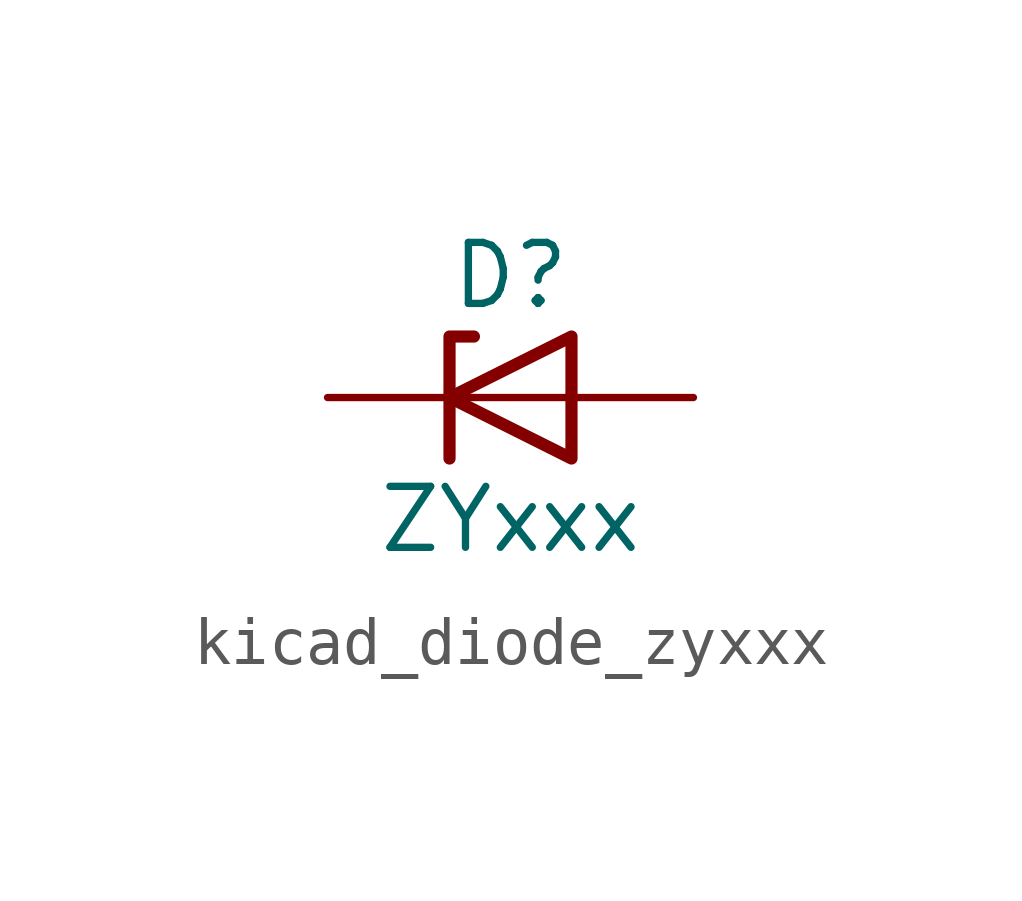
<source format=kicad_sym>
(kicad_symbol_lib
  (version 20220914)
  (generator kicad_symbol_editor)
  (symbol "kicad_diode_zyxxx"
    (pin_numbers hide)
    (pin_names hide)
    (property "Reference" "D"
      (at 0 2.54 0)
      (effects (font (size 1.27 1.27))))
    (property "Value" "ZYxxx"
      (at 0 -2.54 0)
      (effects (font (size 1.27 1.27))))
    (symbol "kicad_diode_zyxxx_0_1"
      (polyline (pts (xy 1.27 0) (xy -1.27 0)) (stroke (width 0) (type default)) (fill (type none)))
      (polyline (pts (xy -1.27 -1.27) (xy -1.27 1.27) (xy -0.762 1.27)) (stroke (width 0.254) (type default)) (fill (type none)))
      (polyline (pts (xy 1.27 -1.27) (xy 1.27 1.27) (xy -1.27 0) (xy 1.27 -1.27)) (stroke (width 0.254) (type default)) (fill (type none))))
    (symbol "kicad_diode_zyxxx_1_1"
      (pin passive line (at -3.81 0 0) (length 2.54) (name "K" (effects (font (size 1.27 1.27)))) (number "1" (effects (font (size 1.27 1.27)))))
      (pin passive line (at 3.81 0 180) (length 2.54) (name "A" (effects (font (size 1.27 1.27)))) (number "2" (effects (font (size 1.27 1.27))))))))
</source>
